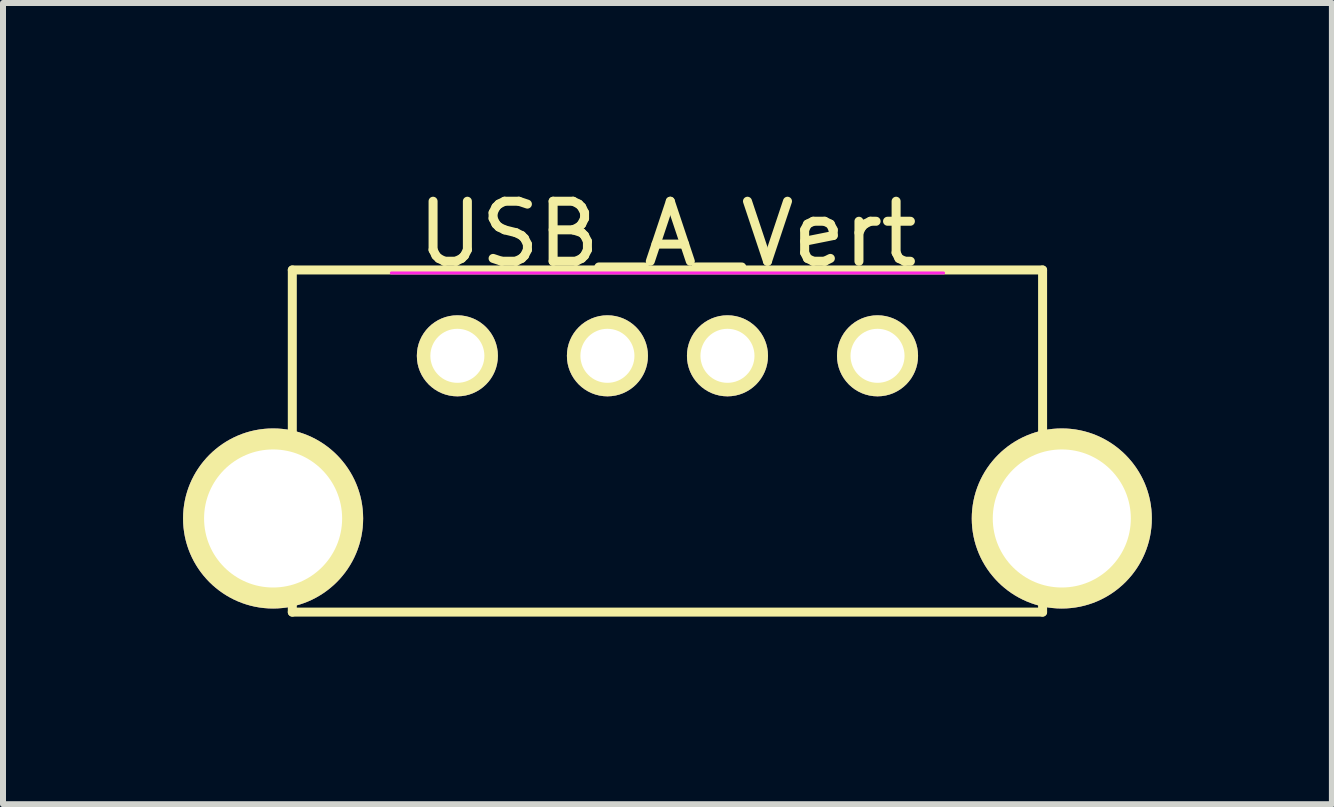
<source format=kicad_pcb>
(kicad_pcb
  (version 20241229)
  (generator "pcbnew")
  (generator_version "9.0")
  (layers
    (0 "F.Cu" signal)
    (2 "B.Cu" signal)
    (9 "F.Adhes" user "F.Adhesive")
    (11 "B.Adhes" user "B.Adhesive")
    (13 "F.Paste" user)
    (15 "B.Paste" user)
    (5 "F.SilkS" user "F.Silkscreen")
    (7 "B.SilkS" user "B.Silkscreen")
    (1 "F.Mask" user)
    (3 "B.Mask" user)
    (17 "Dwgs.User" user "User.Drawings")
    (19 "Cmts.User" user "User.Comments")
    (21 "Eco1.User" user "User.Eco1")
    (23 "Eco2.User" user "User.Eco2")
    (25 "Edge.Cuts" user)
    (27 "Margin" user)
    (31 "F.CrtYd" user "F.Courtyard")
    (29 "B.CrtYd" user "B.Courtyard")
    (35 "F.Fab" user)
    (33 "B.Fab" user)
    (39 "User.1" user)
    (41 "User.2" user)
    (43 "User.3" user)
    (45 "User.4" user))
  (footprint "USB_A_Vert"
    (layer "F.Cu")
    (at 8.07 7.098)
    (property "Reference" "USB_A_Vert" (at 0 -6.25 0) (layer "F.SilkS") (effects (font (size 1 1) (thickness 0.15))))
    (attr smd)
    (fp_line (start -6.25 0.05) (end -6.25 -5.65) (stroke (width 0.15) (type solid)) (layer "F.SilkS"))
    (fp_line (start 6.25 -5.65) (end -6.25 -5.65) (stroke (width 0.15) (type solid)) (layer "F.SilkS"))
    (fp_line (start 6.25 0.05) (end -6.25 0.05) (stroke (width 0.15) (type solid)) (layer "F.SilkS"))
    (fp_line (start 6.25 0.05) (end 6.25 -5.65) (stroke (width 0.15) (type solid)) (layer "F.SilkS"))
    (fp_line (start -4.6 -5.6) (end 4.6 -5.6) (stroke (width 0.05) (type solid)) (layer "F.CrtYd"))
    (pad "1" thru_hole circle (at -3.5 -4.22 90) (size 1.35 1.35) (drill 0.9) (layers "*.Cu" "*.Mask" "F.SilkS"))
    (pad "2" thru_hole circle (at -1 -4.22 90) (size 1.35 1.35) (drill 0.9) (layers "*.Cu" "*.Mask" "F.SilkS"))
    (pad "3" thru_hole circle (at 1 -4.22 90) (size 1.35 1.35) (drill 0.9) (layers "*.Cu" "*.Mask" "F.SilkS"))
    (pad "4" thru_hole circle (at 3.5 -4.22 90) (size 1.35 1.35) (drill 0.9) (layers "*.Cu" "*.Mask" "F.SilkS"))
    (pad "6" thru_hole circle (at -6.57 -1.51 90) (size 3 3) (drill 2.3) (layers "*.Cu" "*.Mask" "F.SilkS"))
    (pad "6" thru_hole circle (at 6.57 -1.51 90) (size 3 3) (drill 2.3) (layers "*.Cu" "*.Mask" "F.SilkS")))
  (gr_rect
    (start -3 -3)
    (end 19.14 10.348)
    (stroke (width 0.1) (type default))
    (fill no)
    (layer "Edge.Cuts")))
</source>
